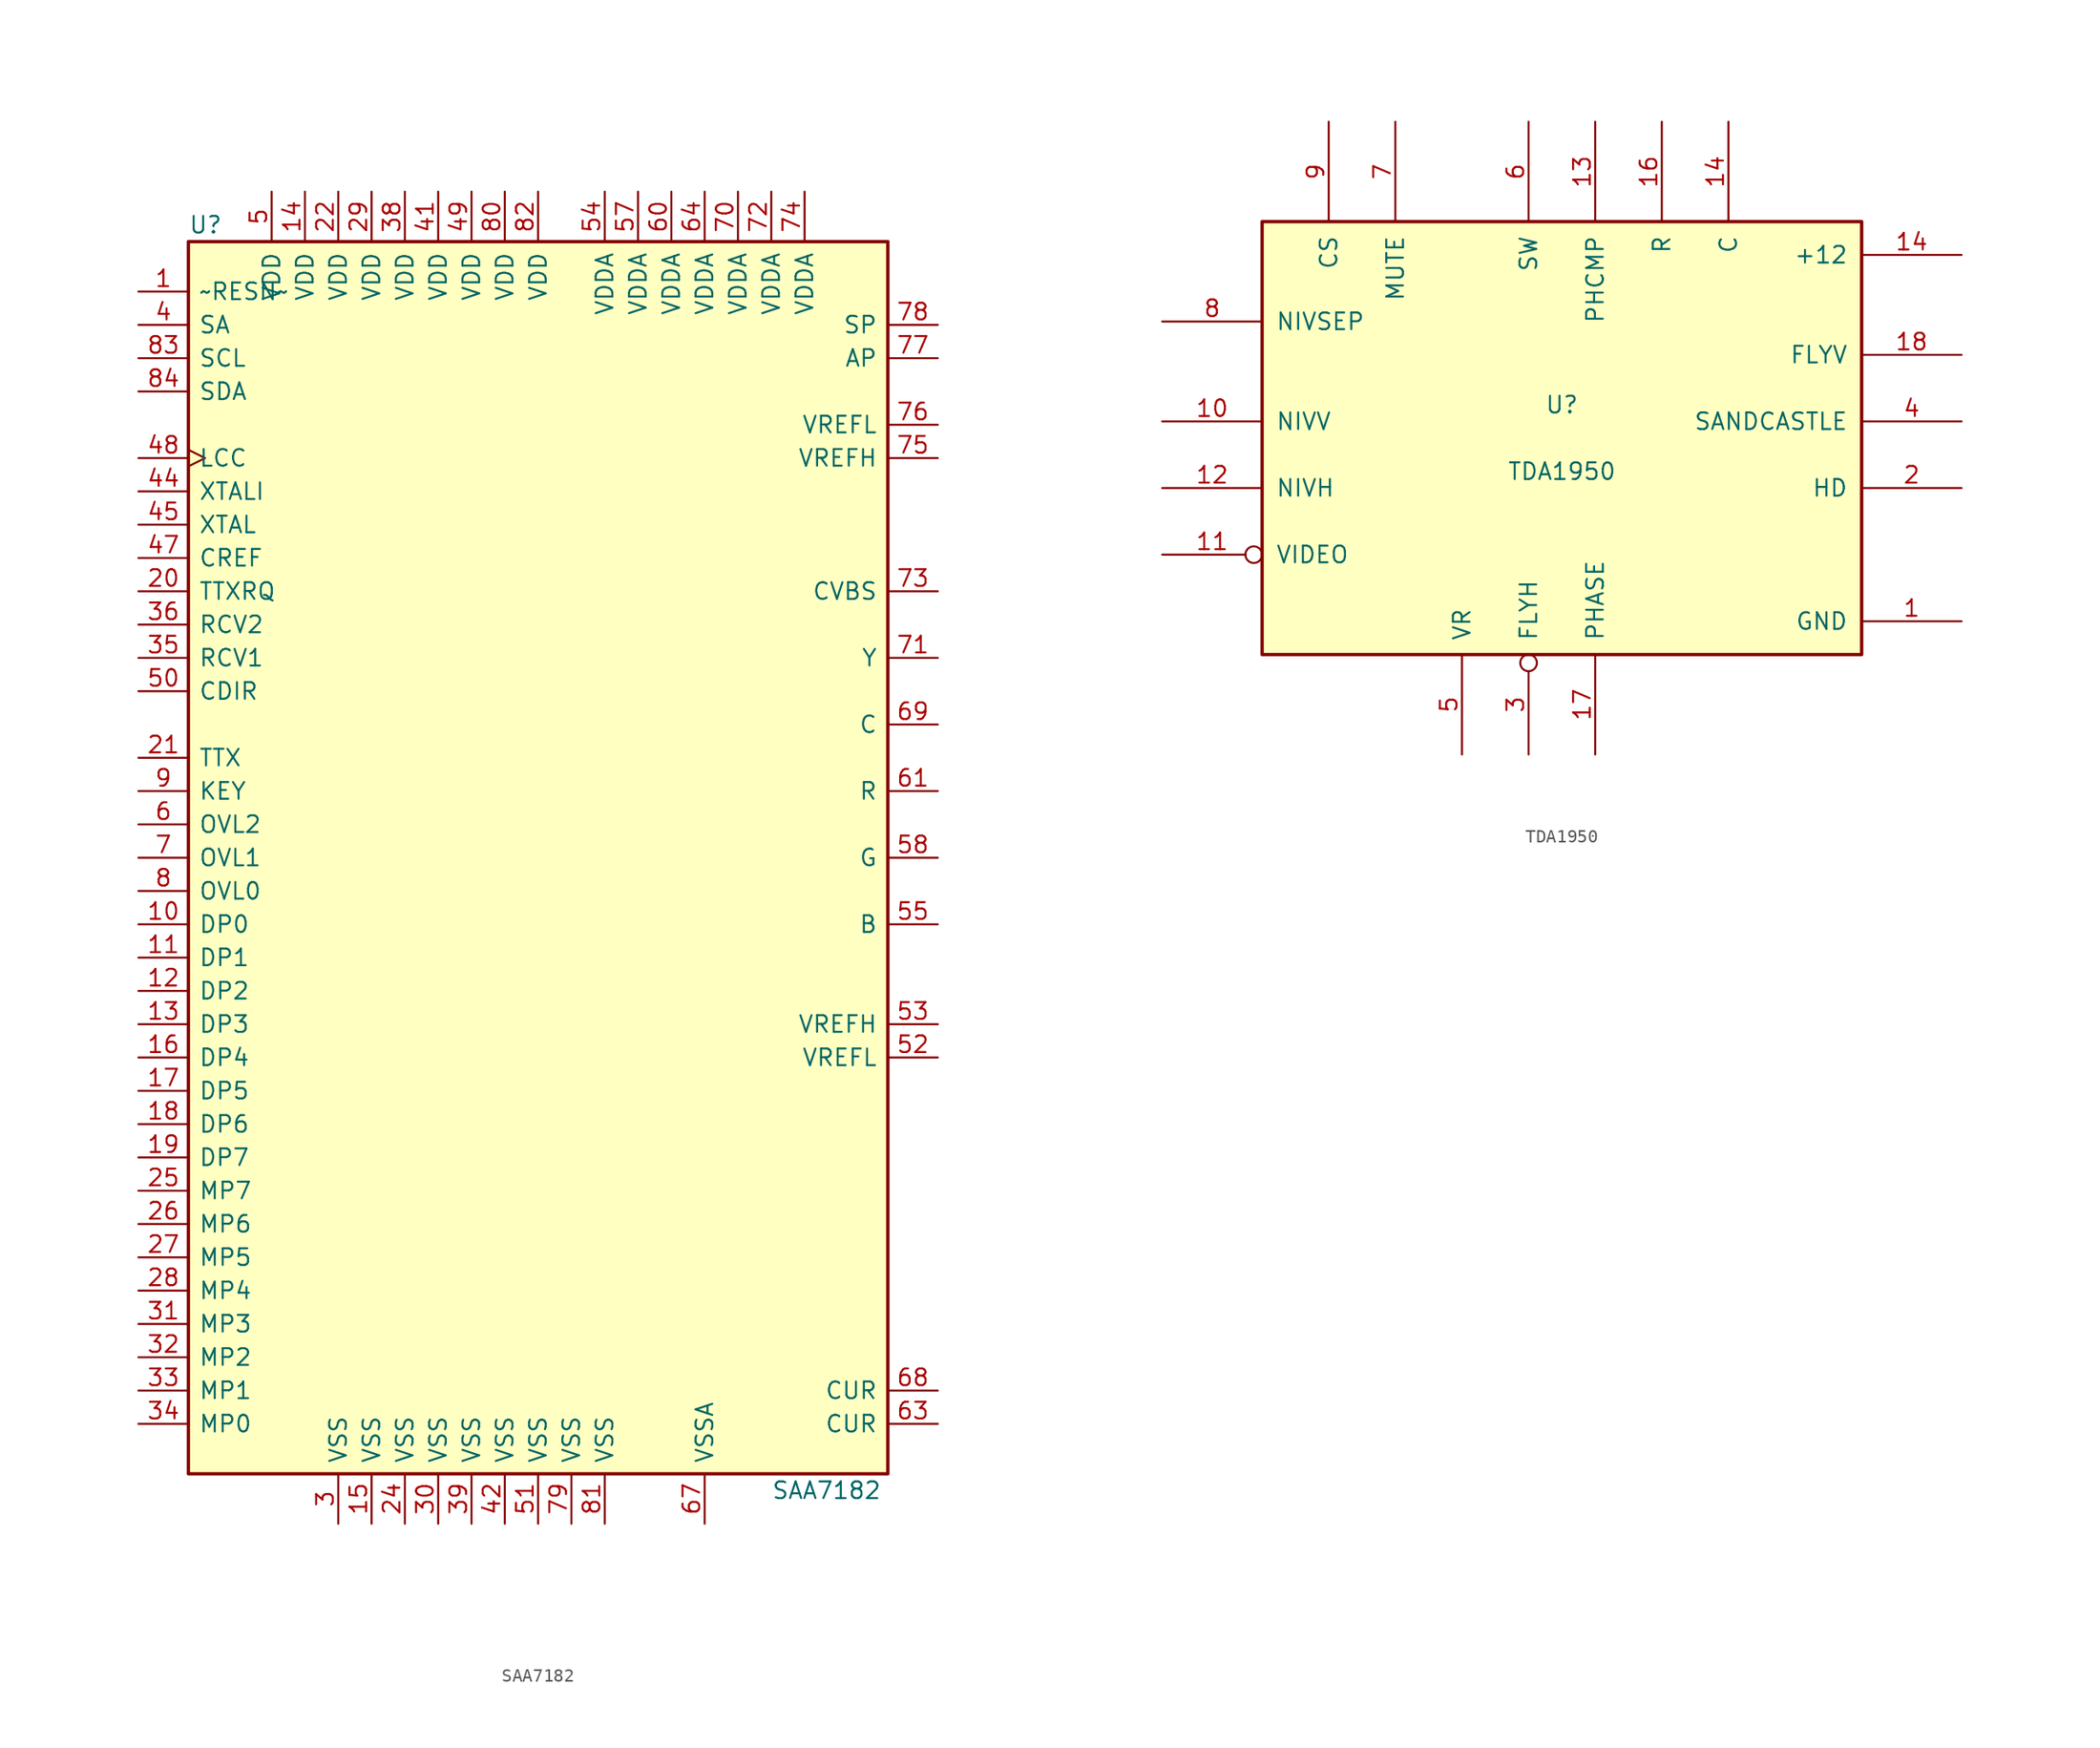
<source format=kicad_sym>
(kicad_symbol_lib
  (version 20211014)
  (generator kicad_symbol_editor)
  (symbol "SAA7182"
    (pin_names
      (offset 0.762))
    (property "Reference" "U"
      (at -26.67 48.26 0)
      (effects (font (size 1.27 1.27)) (justify left)))
    (property "Value" "SAA7182"
      (at 17.78 -48.26 0)
      (effects (font (size 1.27 1.27)) (justify left)))
    (symbol "SAA7182_0_1"
      (rectangle (start -26.67 -46.99) (end 26.67 46.99) (stroke (width 0.254) (type default) (color 0 0 0 0)) (fill (type background))))
    (symbol "SAA7182_1_1"
      (pin input line (at -30.48 43.18 0) (length 3.81) (name "~RESN~" (effects (font (size 1.27 1.27)))) (number "1" (effects (font (size 1.27 1.27)))))
      (pin input line (at -30.48 -5.08 0) (length 3.81) (name "DP0" (effects (font (size 1.27 1.27)))) (number "10" (effects (font (size 1.27 1.27)))))
      (pin input line (at -30.48 -7.62 0) (length 3.81) (name "DP1" (effects (font (size 1.27 1.27)))) (number "11" (effects (font (size 1.27 1.27)))))
      (pin input line (at -30.48 -10.16 0) (length 3.81) (name "DP2" (effects (font (size 1.27 1.27)))) (number "12" (effects (font (size 1.27 1.27)))))
      (pin input line (at -30.48 -12.7 0) (length 3.81) (name "DP3" (effects (font (size 1.27 1.27)))) (number "13" (effects (font (size 1.27 1.27)))))
      (pin power_in line (at -17.78 50.8 270) (length 3.81) (name "VDD" (effects (font (size 1.27 1.27)))) (number "14" (effects (font (size 1.27 1.27)))))
      (pin power_in line (at -12.7 -50.8 90) (length 3.81) (name "VSS" (effects (font (size 1.27 1.27)))) (number "15" (effects (font (size 1.27 1.27)))))
      (pin input line (at -30.48 -15.24 0) (length 3.81) (name "DP4" (effects (font (size 1.27 1.27)))) (number "16" (effects (font (size 1.27 1.27)))))
      (pin input line (at -30.48 -17.78 0) (length 3.81) (name "DP5" (effects (font (size 1.27 1.27)))) (number "17" (effects (font (size 1.27 1.27)))))
      (pin input line (at -30.48 -20.32 0) (length 3.81) (name "DP6" (effects (font (size 1.27 1.27)))) (number "18" (effects (font (size 1.27 1.27)))))
      (pin input line (at -30.48 -22.86 0) (length 3.81) (name "DP7" (effects (font (size 1.27 1.27)))) (number "19" (effects (font (size 1.27 1.27)))))
      (pin output line (at -30.48 20.32 0) (length 3.81) (name "TTXRQ" (effects (font (size 1.27 1.27)))) (number "20" (effects (font (size 1.27 1.27)))))
      (pin input line (at -30.48 7.62 0) (length 3.81) (name "TTX" (effects (font (size 1.27 1.27)))) (number "21" (effects (font (size 1.27 1.27)))))
      (pin power_in line (at -15.24 50.8 270) (length 3.81) (name "VDD" (effects (font (size 1.27 1.27)))) (number "22" (effects (font (size 1.27 1.27)))))
      (pin power_in line (at -10.16 -50.8 90) (length 3.81) (name "VSS" (effects (font (size 1.27 1.27)))) (number "24" (effects (font (size 1.27 1.27)))))
      (pin input line (at -30.48 -25.4 0) (length 3.81) (name "MP7" (effects (font (size 1.27 1.27)))) (number "25" (effects (font (size 1.27 1.27)))))
      (pin input line (at -30.48 -27.94 0) (length 3.81) (name "MP6" (effects (font (size 1.27 1.27)))) (number "26" (effects (font (size 1.27 1.27)))))
      (pin input line (at -30.48 -30.48 0) (length 3.81) (name "MP5" (effects (font (size 1.27 1.27)))) (number "27" (effects (font (size 1.27 1.27)))))
      (pin input line (at -30.48 -33.02 0) (length 3.81) (name "MP4" (effects (font (size 1.27 1.27)))) (number "28" (effects (font (size 1.27 1.27)))))
      (pin power_in line (at -12.7 50.8 270) (length 3.81) (name "VDD" (effects (font (size 1.27 1.27)))) (number "29" (effects (font (size 1.27 1.27)))))
      (pin power_in line (at -15.24 -50.8 90) (length 3.81) (name "VSS" (effects (font (size 1.27 1.27)))) (number "3" (effects (font (size 1.27 1.27)))))
      (pin power_in line (at -7.62 -50.8 90) (length 3.81) (name "VSS" (effects (font (size 1.27 1.27)))) (number "30" (effects (font (size 1.27 1.27)))))
      (pin input line (at -30.48 -35.56 0) (length 3.81) (name "MP3" (effects (font (size 1.27 1.27)))) (number "31" (effects (font (size 1.27 1.27)))))
      (pin input line (at -30.48 -38.1 0) (length 3.81) (name "MP2" (effects (font (size 1.27 1.27)))) (number "32" (effects (font (size 1.27 1.27)))))
      (pin input line (at -30.48 -40.64 0) (length 3.81) (name "MP1" (effects (font (size 1.27 1.27)))) (number "33" (effects (font (size 1.27 1.27)))))
      (pin input line (at -30.48 -43.18 0) (length 3.81) (name "MP0" (effects (font (size 1.27 1.27)))) (number "34" (effects (font (size 1.27 1.27)))))
      (pin bidirectional line (at -30.48 15.24 0) (length 3.81) (name "RCV1" (effects (font (size 1.27 1.27)))) (number "35" (effects (font (size 1.27 1.27)))))
      (pin bidirectional line (at -30.48 17.78 0) (length 3.81) (name "RCV2" (effects (font (size 1.27 1.27)))) (number "36" (effects (font (size 1.27 1.27)))))
      (pin power_in line (at -10.16 50.8 270) (length 3.81) (name "VDD" (effects (font (size 1.27 1.27)))) (number "38" (effects (font (size 1.27 1.27)))))
      (pin power_in line (at -5.08 -50.8 90) (length 3.81) (name "VSS" (effects (font (size 1.27 1.27)))) (number "39" (effects (font (size 1.27 1.27)))))
      (pin input line (at -30.48 40.64 0) (length 3.81) (name "SA" (effects (font (size 1.27 1.27)))) (number "4" (effects (font (size 1.27 1.27)))))
      (pin power_in line (at -7.62 50.8 270) (length 3.81) (name "VDD" (effects (font (size 1.27 1.27)))) (number "41" (effects (font (size 1.27 1.27)))))
      (pin power_in line (at -2.54 -50.8 90) (length 3.81) (name "VSS" (effects (font (size 1.27 1.27)))) (number "42" (effects (font (size 1.27 1.27)))))
      (pin input line (at -30.48 27.94 0) (length 3.81) (name "XTALI" (effects (font (size 1.27 1.27)))) (number "44" (effects (font (size 1.27 1.27)))))
      (pin output line (at -30.48 25.4 0) (length 3.81) (name "XTAL" (effects (font (size 1.27 1.27)))) (number "45" (effects (font (size 1.27 1.27)))))
      (pin bidirectional line (at -30.48 22.86 0) (length 3.81) (name "CREF" (effects (font (size 1.27 1.27)))) (number "47" (effects (font (size 1.27 1.27)))))
      (pin bidirectional clock (at -30.48 30.48 0) (length 3.81) (name "LCC" (effects (font (size 1.27 1.27)))) (number "48" (effects (font (size 1.27 1.27)))))
      (pin power_in line (at -5.08 50.8 270) (length 3.81) (name "VDD" (effects (font (size 1.27 1.27)))) (number "49" (effects (font (size 1.27 1.27)))))
      (pin power_in line (at -20.32 50.8 270) (length 3.81) (name "VDD" (effects (font (size 1.27 1.27)))) (number "5" (effects (font (size 1.27 1.27)))))
      (pin input line (at -30.48 12.7 0) (length 3.81) (name "CDIR" (effects (font (size 1.27 1.27)))) (number "50" (effects (font (size 1.27 1.27)))))
      (pin power_in line (at 0 -50.8 90) (length 3.81) (name "VSS" (effects (font (size 1.27 1.27)))) (number "51" (effects (font (size 1.27 1.27)))))
      (pin passive line (at 30.48 -15.24 180) (length 3.81) (name "VREFL" (effects (font (size 1.27 1.27)))) (number "52" (effects (font (size 1.27 1.27)))))
      (pin passive line (at 30.48 -12.7 180) (length 3.81) (name "VREFH" (effects (font (size 1.27 1.27)))) (number "53" (effects (font (size 1.27 1.27)))))
      (pin power_in line (at 5.08 50.8 270) (length 3.81) (name "VDDA" (effects (font (size 1.27 1.27)))) (number "54" (effects (font (size 1.27 1.27)))))
      (pin output line (at 30.48 -5.08 180) (length 3.81) (name "B" (effects (font (size 1.27 1.27)))) (number "55" (effects (font (size 1.27 1.27)))))
      (pin power_in line (at 7.62 50.8 270) (length 3.81) (name "VDDA" (effects (font (size 1.27 1.27)))) (number "57" (effects (font (size 1.27 1.27)))))
      (pin output line (at 30.48 0 180) (length 3.81) (name "G" (effects (font (size 1.27 1.27)))) (number "58" (effects (font (size 1.27 1.27)))))
      (pin input line (at -30.48 2.54 0) (length 3.81) (name "OVL2" (effects (font (size 1.27 1.27)))) (number "6" (effects (font (size 1.27 1.27)))))
      (pin power_in line (at 10.16 50.8 270) (length 3.81) (name "VDDA" (effects (font (size 1.27 1.27)))) (number "60" (effects (font (size 1.27 1.27)))))
      (pin output line (at 30.48 5.08 180) (length 3.81) (name "R" (effects (font (size 1.27 1.27)))) (number "61" (effects (font (size 1.27 1.27)))))
      (pin input line (at 30.48 -43.18 180) (length 3.81) (name "CUR" (effects (font (size 1.27 1.27)))) (number "63" (effects (font (size 1.27 1.27)))))
      (pin power_in line (at 12.7 50.8 270) (length 3.81) (name "VDDA" (effects (font (size 1.27 1.27)))) (number "64" (effects (font (size 1.27 1.27)))))
      (pin power_in line (at 12.7 -50.8 90) (length 3.81) (name "VSSA" (effects (font (size 1.27 1.27)))) (number "67" (effects (font (size 1.27 1.27)))))
      (pin input line (at 30.48 -40.64 180) (length 3.81) (name "CUR" (effects (font (size 1.27 1.27)))) (number "68" (effects (font (size 1.27 1.27)))))
      (pin output line (at 30.48 10.16 180) (length 3.81) (name "C" (effects (font (size 1.27 1.27)))) (number "69" (effects (font (size 1.27 1.27)))))
      (pin input line (at -30.48 0 0) (length 3.81) (name "OVL1" (effects (font (size 1.27 1.27)))) (number "7" (effects (font (size 1.27 1.27)))))
      (pin power_in line (at 15.24 50.8 270) (length 3.81) (name "VDDA" (effects (font (size 1.27 1.27)))) (number "70" (effects (font (size 1.27 1.27)))))
      (pin output line (at 30.48 15.24 180) (length 3.81) (name "Y" (effects (font (size 1.27 1.27)))) (number "71" (effects (font (size 1.27 1.27)))))
      (pin power_in line (at 17.78 50.8 270) (length 3.81) (name "VDDA" (effects (font (size 1.27 1.27)))) (number "72" (effects (font (size 1.27 1.27)))))
      (pin output line (at 30.48 20.32 180) (length 3.81) (name "CVBS" (effects (font (size 1.27 1.27)))) (number "73" (effects (font (size 1.27 1.27)))))
      (pin power_in line (at 20.32 50.8 270) (length 3.81) (name "VDDA" (effects (font (size 1.27 1.27)))) (number "74" (effects (font (size 1.27 1.27)))))
      (pin passive line (at 30.48 30.48 180) (length 3.81) (name "VREFH" (effects (font (size 1.27 1.27)))) (number "75" (effects (font (size 1.27 1.27)))))
      (pin passive line (at 30.48 33.02 180) (length 3.81) (name "VREFL" (effects (font (size 1.27 1.27)))) (number "76" (effects (font (size 1.27 1.27)))))
      (pin input line (at 30.48 38.1 180) (length 3.81) (name "AP" (effects (font (size 1.27 1.27)))) (number "77" (effects (font (size 1.27 1.27)))))
      (pin input line (at 30.48 40.64 180) (length 3.81) (name "SP" (effects (font (size 1.27 1.27)))) (number "78" (effects (font (size 1.27 1.27)))))
      (pin power_in line (at 2.54 -50.8 90) (length 3.81) (name "VSS" (effects (font (size 1.27 1.27)))) (number "79" (effects (font (size 1.27 1.27)))))
      (pin input line (at -30.48 -2.54 0) (length 3.81) (name "OVL0" (effects (font (size 1.27 1.27)))) (number "8" (effects (font (size 1.27 1.27)))))
      (pin power_in line (at -2.54 50.8 270) (length 3.81) (name "VDD" (effects (font (size 1.27 1.27)))) (number "80" (effects (font (size 1.27 1.27)))))
      (pin power_in line (at 5.08 -50.8 90) (length 3.81) (name "VSS" (effects (font (size 1.27 1.27)))) (number "81" (effects (font (size 1.27 1.27)))))
      (pin power_in line (at 0 50.8 270) (length 3.81) (name "VDD" (effects (font (size 1.27 1.27)))) (number "82" (effects (font (size 1.27 1.27)))))
      (pin input line (at -30.48 38.1 0) (length 3.81) (name "SCL" (effects (font (size 1.27 1.27)))) (number "83" (effects (font (size 1.27 1.27)))))
      (pin bidirectional line (at -30.48 35.56 0) (length 3.81) (name "SDA" (effects (font (size 1.27 1.27)))) (number "84" (effects (font (size 1.27 1.27)))))
      (pin input line (at -30.48 5.08 0) (length 3.81) (name "KEY" (effects (font (size 1.27 1.27)))) (number "9" (effects (font (size 1.27 1.27)))))))
  (symbol "TDA1950"
    (pin_names
      (offset 1.016))
    (property "Reference" "U"
      (at 0 2.54 0)
      (effects (font (size 1.27 1.27))))
    (property "Value" "TDA1950"
      (at 0 -2.54 0)
      (effects (font (size 1.27 1.27))))
    (symbol "TDA1950_0_1"
      (rectangle (start -22.86 -16.51) (end 22.86 16.51) (stroke (width 0.254) (type default) (color 0 0 0 0)) (fill (type background))))
    (symbol "TDA1950_1_1"
      (pin input line (at 30.48 -13.97 180) (length 7.62) (name "GND" (effects (font (size 1.27 1.27)))) (number "1" (effects (font (size 1.27 1.27)))))
      (pin output line (at -30.48 1.27 0) (length 7.62) (name "NIVV" (effects (font (size 1.27 1.27)))) (number "10" (effects (font (size 1.27 1.27)))))
      (pin input inverted (at -30.48 -8.89 0) (length 7.62) (name "VIDEO" (effects (font (size 1.27 1.27)))) (number "11" (effects (font (size 1.27 1.27)))))
      (pin output line (at -30.48 -3.81 0) (length 7.62) (name "NIVH" (effects (font (size 1.27 1.27)))) (number "12" (effects (font (size 1.27 1.27)))))
      (pin output line (at 2.54 24.13 270) (length 7.62) (name "PHCMP" (effects (font (size 1.27 1.27)))) (number "13" (effects (font (size 1.27 1.27)))))
      (pin input line (at 30.48 13.97 180) (length 7.62) (name "+12" (effects (font (size 1.27 1.27)))) (number "14" (effects (font (size 1.27 1.27)))))
      (pin output line (at 12.7 24.13 270) (length 7.62) (name "C" (effects (font (size 1.27 1.27)))) (number "14" (effects (font (size 1.27 1.27)))))
      (pin output line (at 7.62 24.13 270) (length 7.62) (name "R" (effects (font (size 1.27 1.27)))) (number "16" (effects (font (size 1.27 1.27)))))
      (pin input line (at 2.54 -24.13 90) (length 7.62) (name "PHASE" (effects (font (size 1.27 1.27)))) (number "17" (effects (font (size 1.27 1.27)))))
      (pin input line (at 30.48 6.35 180) (length 7.62) (name "FLYV" (effects (font (size 1.27 1.27)))) (number "18" (effects (font (size 1.27 1.27)))))
      (pin output line (at 30.48 -3.81 180) (length 7.62) (name "HD" (effects (font (size 1.27 1.27)))) (number "2" (effects (font (size 1.27 1.27)))))
      (pin input inverted (at -2.54 -24.13 90) (length 7.62) (name "FLYH" (effects (font (size 1.27 1.27)))) (number "3" (effects (font (size 1.27 1.27)))))
      (pin output line (at 30.48 1.27 180) (length 7.62) (name "SANDCASTLE" (effects (font (size 1.27 1.27)))) (number "4" (effects (font (size 1.27 1.27)))))
      (pin input line (at -7.62 -24.13 90) (length 7.62) (name "VR" (effects (font (size 1.27 1.27)))) (number "5" (effects (font (size 1.27 1.27)))))
      (pin output line (at -2.54 24.13 270) (length 7.62) (name "SW" (effects (font (size 1.27 1.27)))) (number "6" (effects (font (size 1.27 1.27)))))
      (pin output line (at -12.7 24.13 270) (length 7.62) (name "MUTE" (effects (font (size 1.27 1.27)))) (number "7" (effects (font (size 1.27 1.27)))))
      (pin input line (at -30.48 8.89 0) (length 7.62) (name "NIVSEP" (effects (font (size 1.27 1.27)))) (number "8" (effects (font (size 1.27 1.27)))))
      (pin output line (at -17.78 24.13 270) (length 7.62) (name "CS" (effects (font (size 1.27 1.27)))) (number "9" (effects (font (size 1.27 1.27))))))))
</source>
